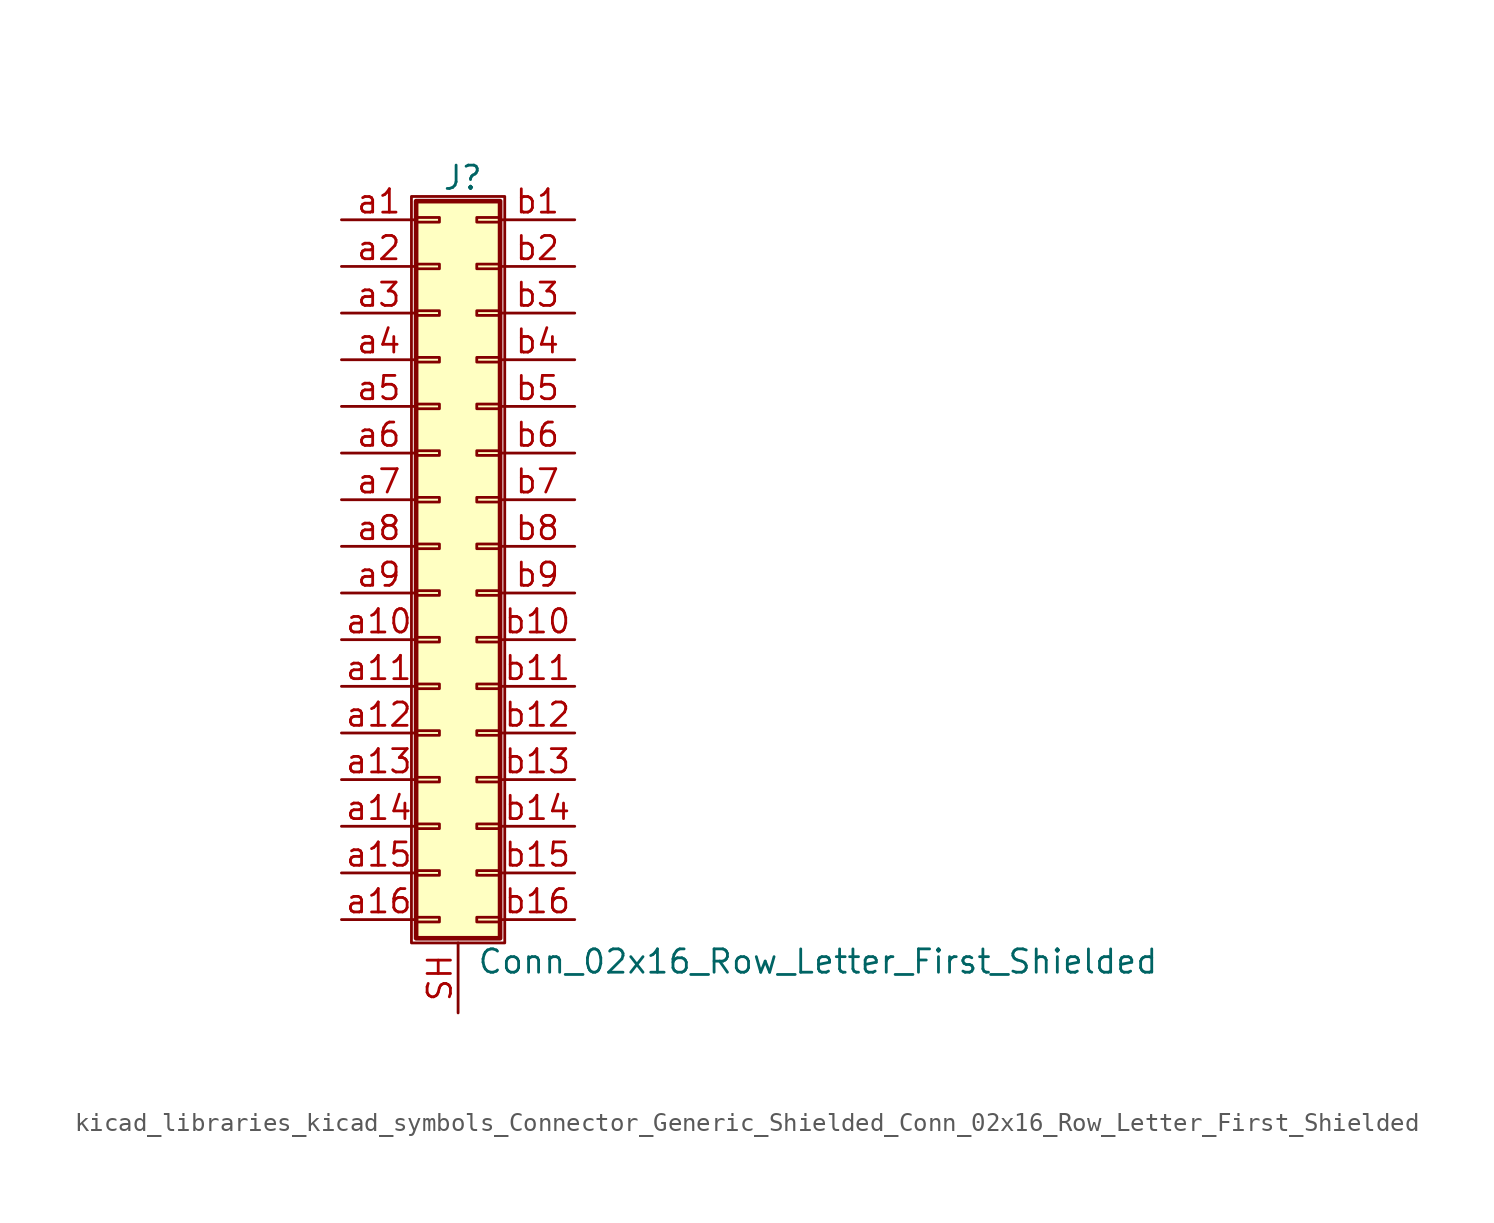
<source format=kicad_sym>
(kicad_symbol_lib
  (version 20220914)
  (generator kicad_symbol_editor)
  (symbol "kicad_libraries_kicad_symbols_Connector_Generic_Shielded_Conn_02x16_Row_Letter_First_Shielded"
    (pin_names
      (offset 1.016) hide)
    (property "Reference" "J"
      (at 1.524 20.066 0)
      (effects (font (size 1.27 1.27))))
    (property "Value" "Conn_02x16_Row_Letter_First_Shielded"
      (at 2.286 -22.606 0)
      (effects (font (size 1.27 1.27)) (justify left)))
    (symbol "kicad_libraries_kicad_symbols_Connector_Generic_Shielded_Conn_02x16_Row_Letter_First_Shielded_1_1"
      (rectangle (start -1.27 19.05) (end 3.81 -21.59) (stroke (width 0.152) (type default)) (fill (type none)))
      (rectangle (start -1.016 -20.193) (end 0.254 -20.447) (stroke (width 0.152) (type default)) (fill (type none)))
      (rectangle (start -1.016 -17.653) (end 0.254 -17.907) (stroke (width 0.152) (type default)) (fill (type none)))
      (rectangle (start -1.016 -15.113) (end 0.254 -15.367) (stroke (width 0.152) (type default)) (fill (type none)))
      (rectangle (start -1.016 -12.573) (end 0.254 -12.827) (stroke (width 0.152) (type default)) (fill (type none)))
      (rectangle (start -1.016 -10.033) (end 0.254 -10.287) (stroke (width 0.152) (type default)) (fill (type none)))
      (rectangle (start -1.016 -7.493) (end 0.254 -7.747) (stroke (width 0.152) (type default)) (fill (type none)))
      (rectangle (start -1.016 -4.953) (end 0.254 -5.207) (stroke (width 0.152) (type default)) (fill (type none)))
      (rectangle (start -1.016 -2.413) (end 0.254 -2.667) (stroke (width 0.152) (type default)) (fill (type none)))
      (rectangle (start -1.016 0.127) (end 0.254 -0.127) (stroke (width 0.152) (type default)) (fill (type none)))
      (rectangle (start -1.016 2.667) (end 0.254 2.413) (stroke (width 0.152) (type default)) (fill (type none)))
      (rectangle (start -1.016 5.207) (end 0.254 4.953) (stroke (width 0.152) (type default)) (fill (type none)))
      (rectangle (start -1.016 7.747) (end 0.254 7.493) (stroke (width 0.152) (type default)) (fill (type none)))
      (rectangle (start -1.016 10.287) (end 0.254 10.033) (stroke (width 0.152) (type default)) (fill (type none)))
      (rectangle (start -1.016 12.827) (end 0.254 12.573) (stroke (width 0.152) (type default)) (fill (type none)))
      (rectangle (start -1.016 15.367) (end 0.254 15.113) (stroke (width 0.152) (type default)) (fill (type none)))
      (rectangle (start -1.016 17.907) (end 0.254 17.653) (stroke (width 0.152) (type default)) (fill (type none)))
      (rectangle (start -1.016 18.796) (end 3.556 -21.336) (stroke (width 0.254) (type default)) (fill (type background)))
      (rectangle (start 3.556 -20.193) (end 2.286 -20.447) (stroke (width 0.152) (type default)) (fill (type none)))
      (rectangle (start 3.556 -17.653) (end 2.286 -17.907) (stroke (width 0.152) (type default)) (fill (type none)))
      (rectangle (start 3.556 -15.113) (end 2.286 -15.367) (stroke (width 0.152) (type default)) (fill (type none)))
      (rectangle (start 3.556 -12.573) (end 2.286 -12.827) (stroke (width 0.152) (type default)) (fill (type none)))
      (rectangle (start 3.556 -10.033) (end 2.286 -10.287) (stroke (width 0.152) (type default)) (fill (type none)))
      (rectangle (start 3.556 -7.493) (end 2.286 -7.747) (stroke (width 0.152) (type default)) (fill (type none)))
      (rectangle (start 3.556 -4.953) (end 2.286 -5.207) (stroke (width 0.152) (type default)) (fill (type none)))
      (rectangle (start 3.556 -2.413) (end 2.286 -2.667) (stroke (width 0.152) (type default)) (fill (type none)))
      (rectangle (start 3.556 0.127) (end 2.286 -0.127) (stroke (width 0.152) (type default)) (fill (type none)))
      (rectangle (start 3.556 2.667) (end 2.286 2.413) (stroke (width 0.152) (type default)) (fill (type none)))
      (rectangle (start 3.556 5.207) (end 2.286 4.953) (stroke (width 0.152) (type default)) (fill (type none)))
      (rectangle (start 3.556 7.747) (end 2.286 7.493) (stroke (width 0.152) (type default)) (fill (type none)))
      (rectangle (start 3.556 10.287) (end 2.286 10.033) (stroke (width 0.152) (type default)) (fill (type none)))
      (rectangle (start 3.556 12.827) (end 2.286 12.573) (stroke (width 0.152) (type default)) (fill (type none)))
      (rectangle (start 3.556 15.367) (end 2.286 15.113) (stroke (width 0.152) (type default)) (fill (type none)))
      (rectangle (start 3.556 17.907) (end 2.286 17.653) (stroke (width 0.152) (type default)) (fill (type none)))
      (pin passive line (at 1.27 -25.4 90) (length 3.81) (name "Shield" (effects (font (size 1.27 1.27)))) (number "SH" (effects (font (size 1.27 1.27)))))
      (pin passive line (at -5.08 17.78 0) (length 4.064) (name "Pin_a1" (effects (font (size 1.27 1.27)))) (number "a1" (effects (font (size 1.27 1.27)))))
      (pin passive line (at -5.08 -5.08 0) (length 4.064) (name "Pin_a10" (effects (font (size 1.27 1.27)))) (number "a10" (effects (font (size 1.27 1.27)))))
      (pin passive line (at -5.08 -7.62 0) (length 4.064) (name "Pin_a11" (effects (font (size 1.27 1.27)))) (number "a11" (effects (font (size 1.27 1.27)))))
      (pin passive line (at -5.08 -10.16 0) (length 4.064) (name "Pin_a12" (effects (font (size 1.27 1.27)))) (number "a12" (effects (font (size 1.27 1.27)))))
      (pin passive line (at -5.08 -12.7 0) (length 4.064) (name "Pin_a13" (effects (font (size 1.27 1.27)))) (number "a13" (effects (font (size 1.27 1.27)))))
      (pin passive line (at -5.08 -15.24 0) (length 4.064) (name "Pin_a14" (effects (font (size 1.27 1.27)))) (number "a14" (effects (font (size 1.27 1.27)))))
      (pin passive line (at -5.08 -17.78 0) (length 4.064) (name "Pin_a15" (effects (font (size 1.27 1.27)))) (number "a15" (effects (font (size 1.27 1.27)))))
      (pin passive line (at -5.08 -20.32 0) (length 4.064) (name "Pin_a16" (effects (font (size 1.27 1.27)))) (number "a16" (effects (font (size 1.27 1.27)))))
      (pin passive line (at -5.08 15.24 0) (length 4.064) (name "Pin_a2" (effects (font (size 1.27 1.27)))) (number "a2" (effects (font (size 1.27 1.27)))))
      (pin passive line (at -5.08 12.7 0) (length 4.064) (name "Pin_a3" (effects (font (size 1.27 1.27)))) (number "a3" (effects (font (size 1.27 1.27)))))
      (pin passive line (at -5.08 10.16 0) (length 4.064) (name "Pin_a4" (effects (font (size 1.27 1.27)))) (number "a4" (effects (font (size 1.27 1.27)))))
      (pin passive line (at -5.08 7.62 0) (length 4.064) (name "Pin_a5" (effects (font (size 1.27 1.27)))) (number "a5" (effects (font (size 1.27 1.27)))))
      (pin passive line (at -5.08 5.08 0) (length 4.064) (name "Pin_a6" (effects (font (size 1.27 1.27)))) (number "a6" (effects (font (size 1.27 1.27)))))
      (pin passive line (at -5.08 2.54 0) (length 4.064) (name "Pin_a7" (effects (font (size 1.27 1.27)))) (number "a7" (effects (font (size 1.27 1.27)))))
      (pin passive line (at -5.08 0 0) (length 4.064) (name "Pin_a8" (effects (font (size 1.27 1.27)))) (number "a8" (effects (font (size 1.27 1.27)))))
      (pin passive line (at -5.08 -2.54 0) (length 4.064) (name "Pin_a9" (effects (font (size 1.27 1.27)))) (number "a9" (effects (font (size 1.27 1.27)))))
      (pin passive line (at 7.62 17.78 180) (length 4.064) (name "Pin_b1" (effects (font (size 1.27 1.27)))) (number "b1" (effects (font (size 1.27 1.27)))))
      (pin passive line (at 7.62 -5.08 180) (length 4.064) (name "Pin_b10" (effects (font (size 1.27 1.27)))) (number "b10" (effects (font (size 1.27 1.27)))))
      (pin passive line (at 7.62 -7.62 180) (length 4.064) (name "Pin_b11" (effects (font (size 1.27 1.27)))) (number "b11" (effects (font (size 1.27 1.27)))))
      (pin passive line (at 7.62 -10.16 180) (length 4.064) (name "Pin_b12" (effects (font (size 1.27 1.27)))) (number "b12" (effects (font (size 1.27 1.27)))))
      (pin passive line (at 7.62 -12.7 180) (length 4.064) (name "Pin_b13" (effects (font (size 1.27 1.27)))) (number "b13" (effects (font (size 1.27 1.27)))))
      (pin passive line (at 7.62 -15.24 180) (length 4.064) (name "Pin_b14" (effects (font (size 1.27 1.27)))) (number "b14" (effects (font (size 1.27 1.27)))))
      (pin passive line (at 7.62 -17.78 180) (length 4.064) (name "Pin_b15" (effects (font (size 1.27 1.27)))) (number "b15" (effects (font (size 1.27 1.27)))))
      (pin passive line (at 7.62 -20.32 180) (length 4.064) (name "Pin_b16" (effects (font (size 1.27 1.27)))) (number "b16" (effects (font (size 1.27 1.27)))))
      (pin passive line (at 7.62 15.24 180) (length 4.064) (name "Pin_b2" (effects (font (size 1.27 1.27)))) (number "b2" (effects (font (size 1.27 1.27)))))
      (pin passive line (at 7.62 12.7 180) (length 4.064) (name "Pin_b3" (effects (font (size 1.27 1.27)))) (number "b3" (effects (font (size 1.27 1.27)))))
      (pin passive line (at 7.62 10.16 180) (length 4.064) (name "Pin_b4" (effects (font (size 1.27 1.27)))) (number "b4" (effects (font (size 1.27 1.27)))))
      (pin passive line (at 7.62 7.62 180) (length 4.064) (name "Pin_b5" (effects (font (size 1.27 1.27)))) (number "b5" (effects (font (size 1.27 1.27)))))
      (pin passive line (at 7.62 5.08 180) (length 4.064) (name "Pin_b6" (effects (font (size 1.27 1.27)))) (number "b6" (effects (font (size 1.27 1.27)))))
      (pin passive line (at 7.62 2.54 180) (length 4.064) (name "Pin_b7" (effects (font (size 1.27 1.27)))) (number "b7" (effects (font (size 1.27 1.27)))))
      (pin passive line (at 7.62 0 180) (length 4.064) (name "Pin_b8" (effects (font (size 1.27 1.27)))) (number "b8" (effects (font (size 1.27 1.27)))))
      (pin passive line (at 7.62 -2.54 180) (length 4.064) (name "Pin_b9" (effects (font (size 1.27 1.27)))) (number "b9" (effects (font (size 1.27 1.27))))))))
</source>
